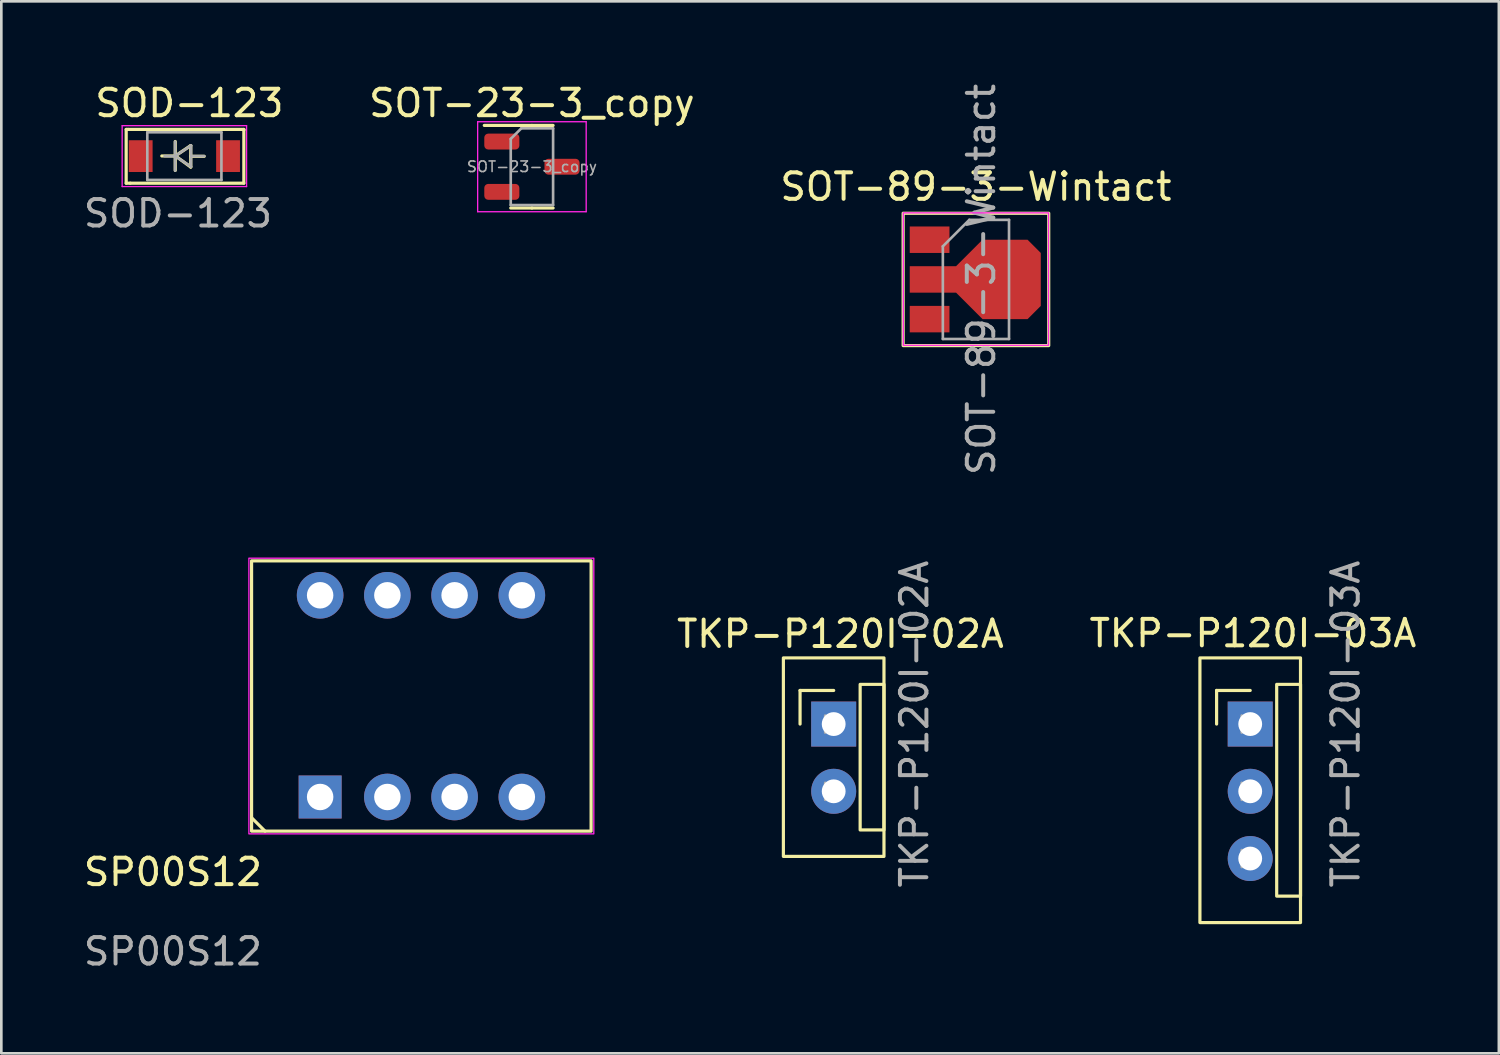
<source format=kicad_pcb>
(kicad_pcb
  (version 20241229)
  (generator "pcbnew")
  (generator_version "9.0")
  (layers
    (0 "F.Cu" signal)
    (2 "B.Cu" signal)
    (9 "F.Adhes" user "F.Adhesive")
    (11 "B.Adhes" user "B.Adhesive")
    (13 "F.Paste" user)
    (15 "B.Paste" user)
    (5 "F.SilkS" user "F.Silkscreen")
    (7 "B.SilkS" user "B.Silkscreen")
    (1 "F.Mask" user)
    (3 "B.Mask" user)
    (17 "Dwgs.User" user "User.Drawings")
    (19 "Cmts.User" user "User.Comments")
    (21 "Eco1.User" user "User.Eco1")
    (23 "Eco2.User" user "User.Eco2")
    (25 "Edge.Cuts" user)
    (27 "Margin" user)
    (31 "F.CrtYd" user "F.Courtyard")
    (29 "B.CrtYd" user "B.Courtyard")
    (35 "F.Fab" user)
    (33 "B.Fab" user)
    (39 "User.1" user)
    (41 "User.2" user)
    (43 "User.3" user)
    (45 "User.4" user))
  (footprint "TKP-P120I-02A"
    (layer "F.Cu")
    (at 28.445 24.304)
    (property "Reference" "TKP-P120I-02A" (at 0.254 -3.404 0) (layer "F.SilkS") (effects (font (size 1 1) (thickness 0.15))))
    (attr through_hole)
    (fp_line (start -1.27 -1.27) (end 0 -1.27) (stroke (width 0.12) (type solid)) (layer "F.SilkS"))
    (fp_line (start -1.27 0) (end -1.27 -1.27) (stroke (width 0.12) (type solid)) (layer "F.SilkS"))
    (fp_rect (start -1.9 -2.5) (end 1.9 5) (stroke (width 0.12) (type default)) (fill no) (layer "F.SilkS"))
    (fp_rect (start 1 -1.5) (end 1.9 4) (stroke (width 0.12) (type default)) (fill no) (layer "F.SilkS"))
    (fp_line (start -0.32 -0.32) (end -0.32 0.32) (stroke (width 0.1) (type solid)) (layer "F.Fab"))
    (fp_line (start -0.32 2.22) (end -0.32 2.86) (stroke (width 0.1) (type solid)) (layer "F.Fab"))
    (fp_text user "${REFERENCE}" (at 3.048 0 90) (layer "F.Fab") (effects (font (size 1 1) (thickness 0.15))))
    (pad "1" thru_hole rect (at 0 0) (size 1.7 1.7) (drill 0.9) (layers "*.Cu" "*.Mask"))
    (pad "2" thru_hole oval (at 0 2.54) (size 1.7 1.7) (drill 0.9) (layers "*.Cu" "*.Mask")))
  (footprint "TKP-P120I-03A"
    (layer "F.Cu")
    (at 44.181 24.304)
    (property "Reference" "TKP-P120I-03A" (at 0.102 -3.429 0) (layer "F.SilkS") (effects (font (size 1 1) (thickness 0.15))))
    (attr through_hole)
    (fp_line (start -1.27 -1.27) (end 0 -1.27) (stroke (width 0.12) (type solid)) (layer "F.SilkS"))
    (fp_line (start -1.27 0) (end -1.27 -1.27) (stroke (width 0.12) (type solid)) (layer "F.SilkS"))
    (fp_rect (start -1.9 -2.5) (end 1.9 7.5) (stroke (width 0.12) (type default)) (fill no) (layer "F.SilkS"))
    (fp_rect (start 1 -1.5) (end 1.9 6.5) (stroke (width 0.12) (type default)) (fill no) (layer "F.SilkS"))
    (fp_line (start -0.32 -0.32) (end -0.32 0.32) (stroke (width 0.1) (type solid)) (layer "F.Fab"))
    (fp_line (start -0.32 2.22) (end -0.32 2.86) (stroke (width 0.1) (type solid)) (layer "F.Fab"))
    (fp_line (start -0.32 4.76) (end -0.32 5.4) (stroke (width 0.1) (type solid)) (layer "F.Fab"))
    (fp_text user "${REFERENCE}" (at 3.607 0 90) (layer "F.Fab") (effects (font (size 1 1) (thickness 0.15))))
    (pad "1" thru_hole rect (at 0 0) (size 1.7 1.7) (drill 0.9) (layers "*.Cu" "*.Mask"))
    (pad "2" thru_hole oval (at 0 2.54) (size 1.7 1.7) (drill 0.9) (layers "*.Cu" "*.Mask"))
    (pad "3" thru_hole oval (at 0 5.08) (size 1.7 1.7) (drill 0.9) (layers "*.Cu" "*.Mask")))
  (footprint "SOT-89-3-Wintact"
    (layer "F.Cu")
    (at 33.819 7.506)
    (property "Reference" "SOT-89-3-Wintact" (at 0 -3.5 0) (layer "F.SilkS") (effects (font (size 1 1) (thickness 0.15))))
    (attr smd)
    (fp_rect (start -2.75 -2.5) (end 2.75 2.5) (stroke (width 0.12) (type default)) (fill no) (layer "F.SilkS"))
    (fp_rect (start -2.743 -2.515) (end 2.743 2.489) (stroke (width 0.05) (type default)) (fill no) (layer "F.CrtYd"))
    (fp_line (start -1.25 -1.25) (end -0.25 -2.25) (stroke (width 0.1) (type solid)) (layer "F.Fab"))
    (fp_line (start -1.25 2.25) (end -1.25 -1.25) (stroke (width 0.1) (type solid)) (layer "F.Fab"))
    (fp_line (start -0.25 -2.25) (end 1.25 -2.25) (stroke (width 0.1) (type solid)) (layer "F.Fab"))
    (fp_line (start 1.25 -2.25) (end 1.25 2.25) (stroke (width 0.1) (type solid)) (layer "F.Fab"))
    (fp_line (start 1.25 2.25) (end -1.25 2.25) (stroke (width 0.1) (type solid)) (layer "F.Fab"))
    (fp_text user "${REFERENCE}" (at 0.2 0 90) (layer "F.Fab") (effects (font (size 1 1) (thickness 0.15))))
    (pad "1" smd rect (at -1.75 -1.5) (size 1.5 1) (layers "F.Cu" "F.Mask" "F.Paste"))
    (pad "2" smd custom (at -1.75 0) (size 1.5 1) (layers "F.Cu" "F.Mask" "F.Paste") (options (anchor rect)) (primitives (gr_poly (pts (xy 4.2 1) (xy 3.7 1.5) (xy 2 1.5) (xy 1 0.5) (xy 0.5 0.5) (xy 0.5 -0.5) (xy 1 -0.5) (xy 2 -1.5) (xy 3.7 -1.5) (xy 4.2 -1)) (width 0) (fill yes))))
    (pad "3" smd rect (at -1.75 1.5) (size 1.5 1) (layers "F.Cu" "F.Mask" "F.Paste")))
  (footprint "SP00S12"
    (layer "F.Cu")
    (at 6.454 28.349)
    (property "Reference" "SP00S12" (at -2.972 1.547 0) (unlocked yes) (layer "F.SilkS") (effects (font (size 1 1) (thickness 0.15))))
    (attr through_hole)
    (fp_line (start 0.508 0) (end 0 -0.508) (stroke (width 0.12) (type default)) (layer "F.SilkS"))
    (fp_rect (start 0 0) (end 12.827 -10.211) (stroke (width 0.12) (type default)) (fill no) (layer "F.SilkS"))
    (fp_rect (start -0.102 -10.312) (end 12.929 0.102) (stroke (width 0.05) (type default)) (fill no) (layer "F.CrtYd"))
    (fp_text user "${REFERENCE}" (at -2.972 4.547 0) (unlocked yes) (layer "F.Fab") (effects (font (size 1 1) (thickness 0.15))))
    (pad "1" thru_hole rect (at 2.59 -1.29 180) (size 1.624 1.624) (drill 1) (layers "*.Cu" "*.Mask"))
    (pad "2" thru_hole circle (at 5.13 -1.29 180) (size 1.762 1.762) (drill 1) (layers "*.Cu" "*.Mask"))
    (pad "3" thru_hole circle (at 7.67 -1.29 180) (size 1.762 1.762) (drill 1) (layers "*.Cu" "*.Mask"))
    (pad "4" thru_hole circle (at 10.21 -1.29 180) (size 1.762 1.762) (drill 1) (layers "*.Cu" "*.Mask"))
    (pad "5" thru_hole circle (at 10.21 -8.91 180) (size 1.762 1.762) (drill 1) (layers "*.Cu" "*.Mask"))
    (pad "6" thru_hole circle (at 7.67 -8.91 180) (size 1.762 1.762) (drill 1) (layers "*.Cu" "*.Mask"))
    (pad "7" thru_hole circle (at 5.13 -8.91 180) (size 1.762 1.762) (drill 1) (layers "*.Cu" "*.Mask"))
    (pad "8" thru_hole circle (at 2.59 -8.91 180) (size 1.762 1.762) (drill 1) (layers "*.Cu" "*.Mask")))
  (footprint "SOT-23-3_copy"
    (layer "F.Cu")
    (at 17.045 3.248)
    (property "Reference" "SOT-23-3_copy" (at 0 -2.4 0) (layer "F.SilkS") (effects (font (size 1 1) (thickness 0.15))))
    (attr smd)
    (fp_line (start 0 -1.56) (end -1.8 -1.56) (stroke (width 0.12) (type solid)) (layer "F.SilkS"))
    (fp_line (start 0 -1.56) (end 0.8 -1.56) (stroke (width 0.12) (type solid)) (layer "F.SilkS"))
    (fp_line (start 0 1.56) (end -0.8 1.56) (stroke (width 0.12) (type solid)) (layer "F.SilkS"))
    (fp_line (start 0 1.56) (end 0.8 1.56) (stroke (width 0.12) (type solid)) (layer "F.SilkS"))
    (fp_line (start -2.05 -1.7) (end -2.05 1.7) (stroke (width 0.05) (type solid)) (layer "F.CrtYd"))
    (fp_line (start -2.05 1.7) (end 2.05 1.7) (stroke (width 0.05) (type solid)) (layer "F.CrtYd"))
    (fp_line (start 2.05 -1.7) (end -2.05 -1.7) (stroke (width 0.05) (type solid)) (layer "F.CrtYd"))
    (fp_line (start 2.05 1.7) (end 2.05 -1.7) (stroke (width 0.05) (type solid)) (layer "F.CrtYd"))
    (fp_line (start -0.8 -1.05) (end -0.4 -1.45) (stroke (width 0.1) (type solid)) (layer "F.Fab"))
    (fp_line (start -0.8 1.45) (end -0.8 -1.05) (stroke (width 0.1) (type solid)) (layer "F.Fab"))
    (fp_line (start -0.4 -1.45) (end 0.8 -1.45) (stroke (width 0.1) (type solid)) (layer "F.Fab"))
    (fp_line (start 0.8 -1.45) (end 0.8 1.45) (stroke (width 0.1) (type solid)) (layer "F.Fab"))
    (fp_line (start 0.8 1.45) (end -0.8 1.45) (stroke (width 0.1) (type solid)) (layer "F.Fab"))
    (fp_text user "${REFERENCE}" (at 0 0 0) (layer "F.Fab") (effects (font (size 0.4 0.4) (thickness 0.06))))
    (pad "1" smd roundrect (at -1.137 -0.95) (size 1.325 0.6) (layers "F.Cu" "F.Mask" "F.Paste") (roundrect_rratio 0.25))
    (pad "2" smd roundrect (at -1.137 0.95) (size 1.325 0.6) (layers "F.Cu" "F.Mask" "F.Paste") (roundrect_rratio 0.25))
    (pad "3" smd roundrect (at 1.137 0) (size 1.325 0.6) (layers "F.Cu" "F.Mask" "F.Paste") (roundrect_rratio 0.25)))
  (footprint "SOD-123"
    (layer "F.Cu")
    (at 3.927 1.356)
    (property "Reference" "SOD-123" (at 0.178 -0.508 0) (unlocked yes) (layer "F.SilkS") (effects (font (size 1 1) (thickness 0.15))))
    (attr smd)
    (fp_line (start -2.21 0.483) (end -2.134 0.483) (stroke (width 0.12) (type solid)) (layer "F.SilkS"))
    (fp_line (start -2.21 2.515) (end -2.21 0.483) (stroke (width 0.12) (type solid)) (layer "F.SilkS"))
    (fp_line (start -2.057 2.515) (end -2.21 2.515) (stroke (width 0.12) (type solid)) (layer "F.SilkS"))
    (fp_line (start -0.864 1.486) (end -0.356 1.486) (stroke (width 0.12) (type solid)) (layer "F.SilkS"))
    (fp_line (start -0.356 0.94) (end -0.356 2.032) (stroke (width 0.12) (type solid)) (layer "F.SilkS"))
    (fp_line (start -0.356 1.486) (end 0.229 1.092) (stroke (width 0.12) (type solid)) (layer "F.SilkS"))
    (fp_line (start 0.229 1.092) (end 0.229 1.905) (stroke (width 0.12) (type solid)) (layer "F.SilkS"))
    (fp_line (start 0.229 1.499) (end 0.737 1.499) (stroke (width 0.12) (type solid)) (layer "F.SilkS"))
    (fp_line (start 0.229 1.905) (end -0.33 1.499) (stroke (width 0.12) (type solid)) (layer "F.SilkS"))
    (fp_line (start 2.235 0.483) (end -2.134 0.483) (stroke (width 0.12) (type solid)) (layer "F.SilkS"))
    (fp_line (start 2.235 0.508) (end 2.235 0.483) (stroke (width 0.12) (type solid)) (layer "F.SilkS"))
    (fp_line (start 2.235 2.515) (end -2.057 2.515) (stroke (width 0.12) (type solid)) (layer "F.SilkS"))
    (fp_line (start 2.235 2.515) (end 2.235 0.508) (stroke (width 0.12) (type solid)) (layer "F.SilkS"))
    (fp_line (start -2.362 0.342) (end -2.362 2.642) (stroke (width 0.05) (type solid)) (layer "F.CrtYd"))
    (fp_line (start -2.362 0.342) (end 2.338 0.342) (stroke (width 0.05) (type solid)) (layer "F.CrtYd"))
    (fp_line (start 2.338 0.342) (end 2.338 2.642) (stroke (width 0.05) (type solid)) (layer "F.CrtYd"))
    (fp_line (start 2.338 2.642) (end -2.362 2.642) (stroke (width 0.05) (type solid)) (layer "F.CrtYd"))
    (fp_line (start -1.412 0.592) (end 1.388 0.592) (stroke (width 0.1) (type solid)) (layer "F.Fab"))
    (fp_line (start -1.412 2.392) (end -1.412 0.592) (stroke (width 0.1) (type solid)) (layer "F.Fab"))
    (fp_line (start -0.762 1.492) (end -0.362 1.492) (stroke (width 0.1) (type solid)) (layer "F.Fab"))
    (fp_line (start -0.362 1.492) (end -0.362 0.942) (stroke (width 0.1) (type solid)) (layer "F.Fab"))
    (fp_line (start -0.362 1.492) (end -0.362 2.042) (stroke (width 0.1) (type solid)) (layer "F.Fab"))
    (fp_line (start -0.362 1.492) (end 0.238 1.092) (stroke (width 0.1) (type solid)) (layer "F.Fab"))
    (fp_line (start 0.238 1.092) (end 0.238 1.892) (stroke (width 0.1) (type solid)) (layer "F.Fab"))
    (fp_line (start 0.238 1.492) (end 0.738 1.492) (stroke (width 0.1) (type solid)) (layer "F.Fab"))
    (fp_line (start 0.238 1.892) (end -0.362 1.492) (stroke (width 0.1) (type solid)) (layer "F.Fab"))
    (fp_line (start 1.388 0.592) (end 1.388 2.392) (stroke (width 0.1) (type solid)) (layer "F.Fab"))
    (fp_line (start 1.388 2.392) (end -1.412 2.392) (stroke (width 0.1) (type solid)) (layer "F.Fab"))
    (fp_text user "${REFERENCE}" (at -0.254 3.658 0) (unlocked yes) (layer "F.Fab") (effects (font (size 1 1) (thickness 0.15))))
    (pad "1" smd rect (at -1.662 1.492) (size 0.9 1.2) (layers "F.Cu" "F.Mask" "F.Paste"))
    (pad "2" smd rect (at 1.638 1.492) (size 0.9 1.2) (layers "F.Cu" "F.Mask" "F.Paste")))
  (gr_rect
    (start -3 -3)
    (end 53.574 36.744)
    (stroke (width 0.1) (type default))
    (fill no)
    (layer "Edge.Cuts")))
</source>
